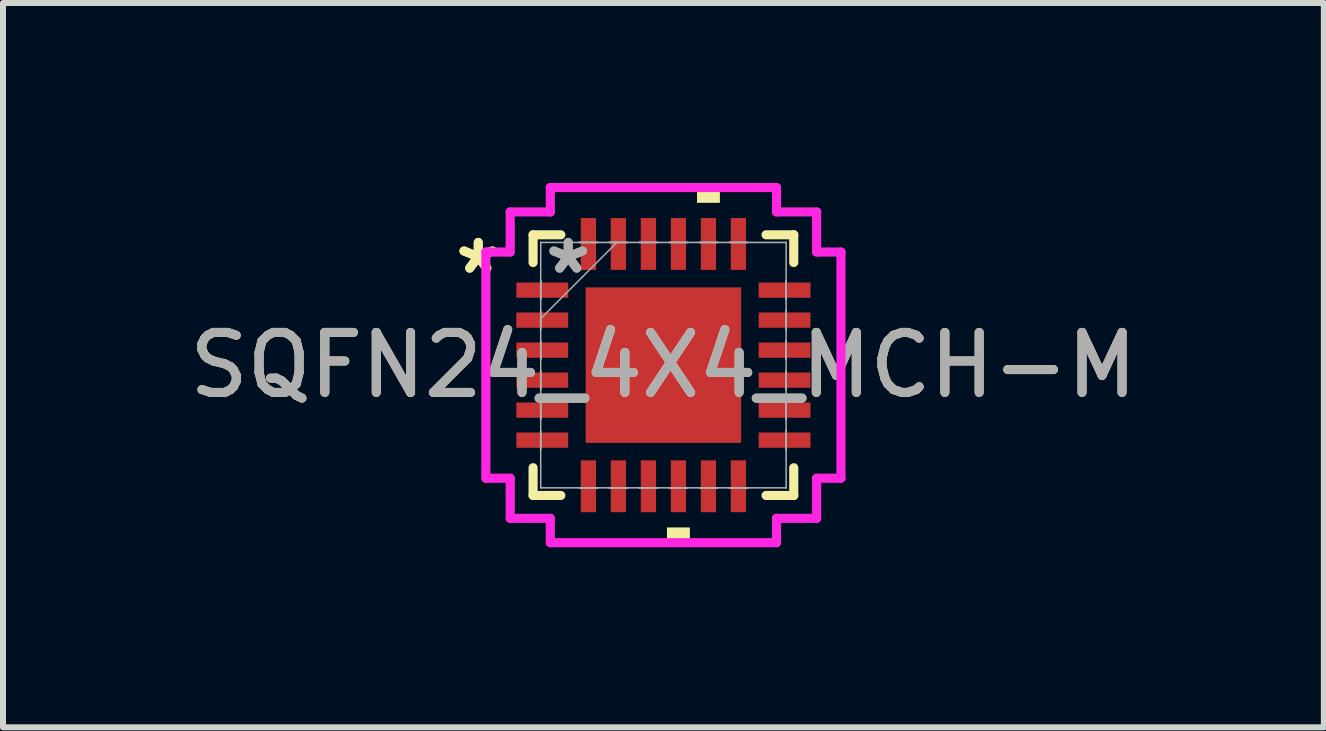
<source format=kicad_pcb>
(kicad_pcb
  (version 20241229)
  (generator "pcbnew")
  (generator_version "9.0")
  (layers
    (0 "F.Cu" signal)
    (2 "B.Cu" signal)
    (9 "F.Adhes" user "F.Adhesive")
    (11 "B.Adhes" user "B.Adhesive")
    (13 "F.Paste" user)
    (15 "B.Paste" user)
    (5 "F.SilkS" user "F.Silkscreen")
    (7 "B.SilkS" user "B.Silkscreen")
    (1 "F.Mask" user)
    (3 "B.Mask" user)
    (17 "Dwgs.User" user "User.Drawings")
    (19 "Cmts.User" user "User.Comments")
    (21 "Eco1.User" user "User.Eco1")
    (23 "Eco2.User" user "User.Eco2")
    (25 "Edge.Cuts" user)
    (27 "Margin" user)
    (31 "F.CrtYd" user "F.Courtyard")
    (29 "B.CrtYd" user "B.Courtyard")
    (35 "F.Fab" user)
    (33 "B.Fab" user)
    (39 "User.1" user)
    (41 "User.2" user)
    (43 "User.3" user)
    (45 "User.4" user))
  (footprint "SQFN24_4X4_MCH-M"
    (layer "F.Cu")
    (at 8.006 3.035)
    (property "Reference" "SQFN24_4X4_MCH-M" (at 0 0 0) (unlocked yes) (layer "F.SilkS") (effects (font (size 1 1) (thickness 0.15))))
    (attr smd)
    (fp_line (start -2.172 -2.172) (end -2.172 -1.71) (stroke (width 0.152) (type solid)) (layer "F.SilkS"))
    (fp_line (start -2.172 1.71) (end -2.172 2.172) (stroke (width 0.152) (type solid)) (layer "F.SilkS"))
    (fp_line (start -2.172 2.172) (end -1.71 2.172) (stroke (width 0.152) (type solid)) (layer "F.SilkS"))
    (fp_line (start -1.71 -2.172) (end -2.172 -2.172) (stroke (width 0.152) (type solid)) (layer "F.SilkS"))
    (fp_line (start 1.71 2.172) (end 2.172 2.172) (stroke (width 0.152) (type solid)) (layer "F.SilkS"))
    (fp_line (start 2.172 -2.172) (end 1.71 -2.172) (stroke (width 0.152) (type solid)) (layer "F.SilkS"))
    (fp_line (start 2.172 -1.71) (end 2.172 -2.172) (stroke (width 0.152) (type solid)) (layer "F.SilkS"))
    (fp_line (start 2.172 2.172) (end 2.172 1.71) (stroke (width 0.152) (type solid)) (layer "F.SilkS"))
    (fp_poly (pts (xy 0.059 2.705) (xy 0.059 2.959) (xy 0.441 2.959) (xy 0.441 2.705)) (stroke (width 0) (type solid)) (fill yes) (layer "F.SilkS"))
    (fp_poly (pts (xy 0.56 -2.705) (xy 0.56 -2.959) (xy 0.941 -2.959) (xy 0.941 -2.705)) (stroke (width 0) (type solid)) (fill yes) (layer "F.SilkS"))
    (fp_poly (pts (xy -1.195 -1.195) (xy -1.195 -0.1) (xy -0.1 -0.1) (xy -0.1 -1.195)) (stroke (width 0) (type solid)) (fill yes) (layer "F.Paste"))
    (fp_poly (pts (xy -1.195 0.1) (xy -1.195 1.195) (xy -0.1 1.195) (xy -0.1 0.1)) (stroke (width 0) (type solid)) (fill yes) (layer "F.Paste"))
    (fp_poly (pts (xy 0.1 -1.195) (xy 0.1 -0.1) (xy 1.195 -0.1) (xy 1.195 -1.195)) (stroke (width 0) (type solid)) (fill yes) (layer "F.Paste"))
    (fp_poly (pts (xy 0.1 0.1) (xy 0.1 1.195) (xy 1.195 1.195) (xy 1.195 0.1)) (stroke (width 0) (type solid)) (fill yes) (layer "F.Paste"))
    (fp_line (start -2.959 -1.885) (end -2.553 -1.885) (stroke (width 0.152) (type solid)) (layer "F.CrtYd"))
    (fp_line (start -2.959 1.885) (end -2.959 -1.885) (stroke (width 0.152) (type solid)) (layer "F.CrtYd"))
    (fp_line (start -2.553 -2.553) (end -1.885 -2.553) (stroke (width 0.152) (type solid)) (layer "F.CrtYd"))
    (fp_line (start -2.553 -1.885) (end -2.553 -2.553) (stroke (width 0.152) (type solid)) (layer "F.CrtYd"))
    (fp_line (start -2.553 1.885) (end -2.959 1.885) (stroke (width 0.152) (type solid)) (layer "F.CrtYd"))
    (fp_line (start -2.553 2.553) (end -2.553 1.885) (stroke (width 0.152) (type solid)) (layer "F.CrtYd"))
    (fp_line (start -1.885 -2.959) (end 1.885 -2.959) (stroke (width 0.152) (type solid)) (layer "F.CrtYd"))
    (fp_line (start -1.885 -2.553) (end -1.885 -2.959) (stroke (width 0.152) (type solid)) (layer "F.CrtYd"))
    (fp_line (start -1.885 2.553) (end -2.553 2.553) (stroke (width 0.152) (type solid)) (layer "F.CrtYd"))
    (fp_line (start -1.885 2.959) (end -1.885 2.553) (stroke (width 0.152) (type solid)) (layer "F.CrtYd"))
    (fp_line (start 1.885 -2.959) (end 1.885 -2.553) (stroke (width 0.152) (type solid)) (layer "F.CrtYd"))
    (fp_line (start 1.885 -2.553) (end 2.553 -2.553) (stroke (width 0.152) (type solid)) (layer "F.CrtYd"))
    (fp_line (start 1.885 2.553) (end 1.885 2.959) (stroke (width 0.152) (type solid)) (layer "F.CrtYd"))
    (fp_line (start 1.885 2.959) (end -1.885 2.959) (stroke (width 0.152) (type solid)) (layer "F.CrtYd"))
    (fp_line (start 2.553 -2.553) (end 2.553 -1.885) (stroke (width 0.152) (type solid)) (layer "F.CrtYd"))
    (fp_line (start 2.553 -1.885) (end 2.959 -1.885) (stroke (width 0.152) (type solid)) (layer "F.CrtYd"))
    (fp_line (start 2.553 1.885) (end 2.553 2.553) (stroke (width 0.152) (type solid)) (layer "F.CrtYd"))
    (fp_line (start 2.553 2.553) (end 1.885 2.553) (stroke (width 0.152) (type solid)) (layer "F.CrtYd"))
    (fp_line (start 2.959 -1.885) (end 2.959 1.885) (stroke (width 0.152) (type solid)) (layer "F.CrtYd"))
    (fp_line (start 2.959 1.885) (end 2.553 1.885) (stroke (width 0.152) (type solid)) (layer "F.CrtYd"))
    (fp_line (start -2.045 -2.045) (end -2.045 -2.045) (stroke (width 0.025) (type solid)) (layer "F.Fab"))
    (fp_line (start -2.045 -2.045) (end -2.045 2.045) (stroke (width 0.025) (type solid)) (layer "F.Fab"))
    (fp_line (start -2.045 -1.402) (end -2.045 -1.402) (stroke (width 0.025) (type solid)) (layer "F.Fab"))
    (fp_line (start -2.045 -1.402) (end -2.045 -1.098) (stroke (width 0.025) (type solid)) (layer "F.Fab"))
    (fp_line (start -2.045 -1.098) (end -2.045 -1.402) (stroke (width 0.025) (type solid)) (layer "F.Fab"))
    (fp_line (start -2.045 -1.098) (end -2.045 -1.098) (stroke (width 0.025) (type solid)) (layer "F.Fab"))
    (fp_line (start -2.045 -0.902) (end -2.045 -0.902) (stroke (width 0.025) (type solid)) (layer "F.Fab"))
    (fp_line (start -2.045 -0.902) (end -2.045 -0.598) (stroke (width 0.025) (type solid)) (layer "F.Fab"))
    (fp_line (start -2.045 -0.775) (end -0.775 -2.045) (stroke (width 0.025) (type solid)) (layer "F.Fab"))
    (fp_line (start -2.045 -0.598) (end -2.045 -0.902) (stroke (width 0.025) (type solid)) (layer "F.Fab"))
    (fp_line (start -2.045 -0.598) (end -2.045 -0.598) (stroke (width 0.025) (type solid)) (layer "F.Fab"))
    (fp_line (start -2.045 -0.402) (end -2.045 -0.402) (stroke (width 0.025) (type solid)) (layer "F.Fab"))
    (fp_line (start -2.045 -0.402) (end -2.045 -0.098) (stroke (width 0.025) (type solid)) (layer "F.Fab"))
    (fp_line (start -2.045 -0.098) (end -2.045 -0.402) (stroke (width 0.025) (type solid)) (layer "F.Fab"))
    (fp_line (start -2.045 -0.098) (end -2.045 -0.098) (stroke (width 0.025) (type solid)) (layer "F.Fab"))
    (fp_line (start -2.045 0.098) (end -2.045 0.098) (stroke (width 0.025) (type solid)) (layer "F.Fab"))
    (fp_line (start -2.045 0.098) (end -2.045 0.402) (stroke (width 0.025) (type solid)) (layer "F.Fab"))
    (fp_line (start -2.045 0.402) (end -2.045 0.098) (stroke (width 0.025) (type solid)) (layer "F.Fab"))
    (fp_line (start -2.045 0.402) (end -2.045 0.402) (stroke (width 0.025) (type solid)) (layer "F.Fab"))
    (fp_line (start -2.045 0.598) (end -2.045 0.598) (stroke (width 0.025) (type solid)) (layer "F.Fab"))
    (fp_line (start -2.045 0.598) (end -2.045 0.902) (stroke (width 0.025) (type solid)) (layer "F.Fab"))
    (fp_line (start -2.045 0.902) (end -2.045 0.598) (stroke (width 0.025) (type solid)) (layer "F.Fab"))
    (fp_line (start -2.045 0.902) (end -2.045 0.902) (stroke (width 0.025) (type solid)) (layer "F.Fab"))
    (fp_line (start -2.045 1.098) (end -2.045 1.098) (stroke (width 0.025) (type solid)) (layer "F.Fab"))
    (fp_line (start -2.045 1.098) (end -2.045 1.402) (stroke (width 0.025) (type solid)) (layer "F.Fab"))
    (fp_line (start -2.045 1.402) (end -2.045 1.098) (stroke (width 0.025) (type solid)) (layer "F.Fab"))
    (fp_line (start -2.045 1.402) (end -2.045 1.402) (stroke (width 0.025) (type solid)) (layer "F.Fab"))
    (fp_line (start -2.045 2.045) (end -2.045 2.045) (stroke (width 0.025) (type solid)) (layer "F.Fab"))
    (fp_line (start -2.045 2.045) (end 2.045 2.045) (stroke (width 0.025) (type solid)) (layer "F.Fab"))
    (fp_line (start -1.402 -2.045) (end -1.402 -2.045) (stroke (width 0.025) (type solid)) (layer "F.Fab"))
    (fp_line (start -1.402 -2.045) (end -1.098 -2.045) (stroke (width 0.025) (type solid)) (layer "F.Fab"))
    (fp_line (start -1.402 2.045) (end -1.402 2.045) (stroke (width 0.025) (type solid)) (layer "F.Fab"))
    (fp_line (start -1.402 2.045) (end -1.098 2.045) (stroke (width 0.025) (type solid)) (layer "F.Fab"))
    (fp_line (start -1.098 -2.045) (end -1.402 -2.045) (stroke (width 0.025) (type solid)) (layer "F.Fab"))
    (fp_line (start -1.098 -2.045) (end -1.098 -2.045) (stroke (width 0.025) (type solid)) (layer "F.Fab"))
    (fp_line (start -1.098 2.045) (end -1.402 2.045) (stroke (width 0.025) (type solid)) (layer "F.Fab"))
    (fp_line (start -1.098 2.045) (end -1.098 2.045) (stroke (width 0.025) (type solid)) (layer "F.Fab"))
    (fp_line (start -0.902 -2.045) (end -0.902 -2.045) (stroke (width 0.025) (type solid)) (layer "F.Fab"))
    (fp_line (start -0.902 -2.045) (end -0.598 -2.045) (stroke (width 0.025) (type solid)) (layer "F.Fab"))
    (fp_line (start -0.902 2.045) (end -0.902 2.045) (stroke (width 0.025) (type solid)) (layer "F.Fab"))
    (fp_line (start -0.902 2.045) (end -0.598 2.045) (stroke (width 0.025) (type solid)) (layer "F.Fab"))
    (fp_line (start -0.598 -2.045) (end -0.902 -2.045) (stroke (width 0.025) (type solid)) (layer "F.Fab"))
    (fp_line (start -0.598 -2.045) (end -0.598 -2.045) (stroke (width 0.025) (type solid)) (layer "F.Fab"))
    (fp_line (start -0.598 2.045) (end -0.902 2.045) (stroke (width 0.025) (type solid)) (layer "F.Fab"))
    (fp_line (start -0.598 2.045) (end -0.598 2.045) (stroke (width 0.025) (type solid)) (layer "F.Fab"))
    (fp_line (start -0.402 -2.045) (end -0.402 -2.045) (stroke (width 0.025) (type solid)) (layer "F.Fab"))
    (fp_line (start -0.402 -2.045) (end -0.098 -2.045) (stroke (width 0.025) (type solid)) (layer "F.Fab"))
    (fp_line (start -0.402 2.045) (end -0.402 2.045) (stroke (width 0.025) (type solid)) (layer "F.Fab"))
    (fp_line (start -0.402 2.045) (end -0.098 2.045) (stroke (width 0.025) (type solid)) (layer "F.Fab"))
    (fp_line (start -0.098 -2.045) (end -0.402 -2.045) (stroke (width 0.025) (type solid)) (layer "F.Fab"))
    (fp_line (start -0.098 -2.045) (end -0.098 -2.045) (stroke (width 0.025) (type solid)) (layer "F.Fab"))
    (fp_line (start -0.098 2.045) (end -0.402 2.045) (stroke (width 0.025) (type solid)) (layer "F.Fab"))
    (fp_line (start -0.098 2.045) (end -0.098 2.045) (stroke (width 0.025) (type solid)) (layer "F.Fab"))
    (fp_line (start 0.098 -2.045) (end 0.098 -2.045) (stroke (width 0.025) (type solid)) (layer "F.Fab"))
    (fp_line (start 0.098 -2.045) (end 0.402 -2.045) (stroke (width 0.025) (type solid)) (layer "F.Fab"))
    (fp_line (start 0.098 2.045) (end 0.098 2.045) (stroke (width 0.025) (type solid)) (layer "F.Fab"))
    (fp_line (start 0.098 2.045) (end 0.402 2.045) (stroke (width 0.025) (type solid)) (layer "F.Fab"))
    (fp_line (start 0.402 -2.045) (end 0.098 -2.045) (stroke (width 0.025) (type solid)) (layer "F.Fab"))
    (fp_line (start 0.402 -2.045) (end 0.402 -2.045) (stroke (width 0.025) (type solid)) (layer "F.Fab"))
    (fp_line (start 0.402 2.045) (end 0.098 2.045) (stroke (width 0.025) (type solid)) (layer "F.Fab"))
    (fp_line (start 0.402 2.045) (end 0.402 2.045) (stroke (width 0.025) (type solid)) (layer "F.Fab"))
    (fp_line (start 0.598 -2.045) (end 0.598 -2.045) (stroke (width 0.025) (type solid)) (layer "F.Fab"))
    (fp_line (start 0.598 -2.045) (end 0.902 -2.045) (stroke (width 0.025) (type solid)) (layer "F.Fab"))
    (fp_line (start 0.598 2.045) (end 0.598 2.045) (stroke (width 0.025) (type solid)) (layer "F.Fab"))
    (fp_line (start 0.598 2.045) (end 0.902 2.045) (stroke (width 0.025) (type solid)) (layer "F.Fab"))
    (fp_line (start 0.902 -2.045) (end 0.598 -2.045) (stroke (width 0.025) (type solid)) (layer "F.Fab"))
    (fp_line (start 0.902 -2.045) (end 0.902 -2.045) (stroke (width 0.025) (type solid)) (layer "F.Fab"))
    (fp_line (start 0.902 2.045) (end 0.598 2.045) (stroke (width 0.025) (type solid)) (layer "F.Fab"))
    (fp_line (start 0.902 2.045) (end 0.902 2.045) (stroke (width 0.025) (type solid)) (layer "F.Fab"))
    (fp_line (start 1.098 -2.045) (end 1.098 -2.045) (stroke (width 0.025) (type solid)) (layer "F.Fab"))
    (fp_line (start 1.098 -2.045) (end 1.402 -2.045) (stroke (width 0.025) (type solid)) (layer "F.Fab"))
    (fp_line (start 1.098 2.045) (end 1.098 2.045) (stroke (width 0.025) (type solid)) (layer "F.Fab"))
    (fp_line (start 1.098 2.045) (end 1.402 2.045) (stroke (width 0.025) (type solid)) (layer "F.Fab"))
    (fp_line (start 1.402 -2.045) (end 1.098 -2.045) (stroke (width 0.025) (type solid)) (layer "F.Fab"))
    (fp_line (start 1.402 -2.045) (end 1.402 -2.045) (stroke (width 0.025) (type solid)) (layer "F.Fab"))
    (fp_line (start 1.402 2.045) (end 1.098 2.045) (stroke (width 0.025) (type solid)) (layer "F.Fab"))
    (fp_line (start 1.402 2.045) (end 1.402 2.045) (stroke (width 0.025) (type solid)) (layer "F.Fab"))
    (fp_line (start 2.045 -2.045) (end -2.045 -2.045) (stroke (width 0.025) (type solid)) (layer "F.Fab"))
    (fp_line (start 2.045 -2.045) (end 2.045 -2.045) (stroke (width 0.025) (type solid)) (layer "F.Fab"))
    (fp_line (start 2.045 -1.402) (end 2.045 -1.402) (stroke (width 0.025) (type solid)) (layer "F.Fab"))
    (fp_line (start 2.045 -1.402) (end 2.045 -1.098) (stroke (width 0.025) (type solid)) (layer "F.Fab"))
    (fp_line (start 2.045 -1.098) (end 2.045 -1.402) (stroke (width 0.025) (type solid)) (layer "F.Fab"))
    (fp_line (start 2.045 -1.098) (end 2.045 -1.098) (stroke (width 0.025) (type solid)) (layer "F.Fab"))
    (fp_line (start 2.045 -0.902) (end 2.045 -0.902) (stroke (width 0.025) (type solid)) (layer "F.Fab"))
    (fp_line (start 2.045 -0.902) (end 2.045 -0.598) (stroke (width 0.025) (type solid)) (layer "F.Fab"))
    (fp_line (start 2.045 -0.598) (end 2.045 -0.902) (stroke (width 0.025) (type solid)) (layer "F.Fab"))
    (fp_line (start 2.045 -0.598) (end 2.045 -0.598) (stroke (width 0.025) (type solid)) (layer "F.Fab"))
    (fp_line (start 2.045 -0.402) (end 2.045 -0.402) (stroke (width 0.025) (type solid)) (layer "F.Fab"))
    (fp_line (start 2.045 -0.402) (end 2.045 -0.098) (stroke (width 0.025) (type solid)) (layer "F.Fab"))
    (fp_line (start 2.045 -0.098) (end 2.045 -0.402) (stroke (width 0.025) (type solid)) (layer "F.Fab"))
    (fp_line (start 2.045 -0.098) (end 2.045 -0.098) (stroke (width 0.025) (type solid)) (layer "F.Fab"))
    (fp_line (start 2.045 0.098) (end 2.045 0.098) (stroke (width 0.025) (type solid)) (layer "F.Fab"))
    (fp_line (start 2.045 0.098) (end 2.045 0.402) (stroke (width 0.025) (type solid)) (layer "F.Fab"))
    (fp_line (start 2.045 0.402) (end 2.045 0.098) (stroke (width 0.025) (type solid)) (layer "F.Fab"))
    (fp_line (start 2.045 0.402) (end 2.045 0.402) (stroke (width 0.025) (type solid)) (layer "F.Fab"))
    (fp_line (start 2.045 0.598) (end 2.045 0.598) (stroke (width 0.025) (type solid)) (layer "F.Fab"))
    (fp_line (start 2.045 0.598) (end 2.045 0.902) (stroke (width 0.025) (type solid)) (layer "F.Fab"))
    (fp_line (start 2.045 0.902) (end 2.045 0.598) (stroke (width 0.025) (type solid)) (layer "F.Fab"))
    (fp_line (start 2.045 0.902) (end 2.045 0.902) (stroke (width 0.025) (type solid)) (layer "F.Fab"))
    (fp_line (start 2.045 1.098) (end 2.045 1.098) (stroke (width 0.025) (type solid)) (layer "F.Fab"))
    (fp_line (start 2.045 1.098) (end 2.045 1.402) (stroke (width 0.025) (type solid)) (layer "F.Fab"))
    (fp_line (start 2.045 1.402) (end 2.045 1.098) (stroke (width 0.025) (type solid)) (layer "F.Fab"))
    (fp_line (start 2.045 1.402) (end 2.045 1.402) (stroke (width 0.025) (type solid)) (layer "F.Fab"))
    (fp_line (start 2.045 2.045) (end 2.045 -2.045) (stroke (width 0.025) (type solid)) (layer "F.Fab"))
    (fp_line (start 2.045 2.045) (end 2.045 2.045) (stroke (width 0.025) (type solid)) (layer "F.Fab"))
    (fp_text user "*" (at -3.086 -1.5 0) (unlocked yes) (layer "F.SilkS") (effects (font (size 1 1) (thickness 0.15))))
    (fp_text user "*" (at -3.086 -1.5 0) (layer "F.SilkS") (effects (font (size 1 1) (thickness 0.15))))
    (fp_text user "*" (at -1.587 -1.5 0) (unlocked yes) (layer "F.Fab") (effects (font (size 1 1) (thickness 0.15))))
    (fp_text user "*" (at -1.587 -1.5 0) (layer "F.Fab") (effects (font (size 1 1) (thickness 0.15))))
    (fp_text user "${REFERENCE}" (at 0 0 0) (unlocked yes) (layer "F.Fab") (effects (font (size 1 1) (thickness 0.15))))
    (pad "1" smd rect (at -2.019 -1.25 90) (size 0.254 0.864) (layers "F.Cu" "F.Mask" "F.Paste"))
    (pad "2" smd rect (at -2.019 -0.75 90) (size 0.254 0.864) (layers "F.Cu" "F.Mask" "F.Paste"))
    (pad "3" smd rect (at -2.019 -0.25 90) (size 0.254 0.864) (layers "F.Cu" "F.Mask" "F.Paste"))
    (pad "4" smd rect (at -2.019 0.25 90) (size 0.254 0.864) (layers "F.Cu" "F.Mask" "F.Paste"))
    (pad "5" smd rect (at -2.019 0.75 90) (size 0.254 0.864) (layers "F.Cu" "F.Mask" "F.Paste"))
    (pad "6" smd rect (at -2.019 1.25 90) (size 0.254 0.864) (layers "F.Cu" "F.Mask" "F.Paste"))
    (pad "7" smd rect (at -1.25 2.019) (size 0.254 0.864) (layers "F.Cu" "F.Mask" "F.Paste"))
    (pad "8" smd rect (at -0.75 2.019) (size 0.254 0.864) (layers "F.Cu" "F.Mask" "F.Paste"))
    (pad "9" smd rect (at -0.25 2.019) (size 0.254 0.864) (layers "F.Cu" "F.Mask" "F.Paste"))
    (pad "10" smd rect (at 0.25 2.019) (size 0.254 0.864) (layers "F.Cu" "F.Mask" "F.Paste"))
    (pad "11" smd rect (at 0.75 2.019) (size 0.254 0.864) (layers "F.Cu" "F.Mask" "F.Paste"))
    (pad "12" smd rect (at 1.25 2.019) (size 0.254 0.864) (layers "F.Cu" "F.Mask" "F.Paste"))
    (pad "13" smd rect (at 2.019 1.25 90) (size 0.254 0.864) (layers "F.Cu" "F.Mask" "F.Paste"))
    (pad "14" smd rect (at 2.019 0.75 90) (size 0.254 0.864) (layers "F.Cu" "F.Mask" "F.Paste"))
    (pad "15" smd rect (at 2.019 0.25 90) (size 0.254 0.864) (layers "F.Cu" "F.Mask" "F.Paste"))
    (pad "16" smd rect (at 2.019 -0.25 90) (size 0.254 0.864) (layers "F.Cu" "F.Mask" "F.Paste"))
    (pad "17" smd rect (at 2.019 -0.75 90) (size 0.254 0.864) (layers "F.Cu" "F.Mask" "F.Paste"))
    (pad "18" smd rect (at 2.019 -1.25 90) (size 0.254 0.864) (layers "F.Cu" "F.Mask" "F.Paste"))
    (pad "19" smd rect (at 1.25 -2.019) (size 0.254 0.864) (layers "F.Cu" "F.Mask" "F.Paste"))
    (pad "20" smd rect (at 0.75 -2.019) (size 0.254 0.864) (layers "F.Cu" "F.Mask" "F.Paste"))
    (pad "21" smd rect (at 0.25 -2.019) (size 0.254 0.864) (layers "F.Cu" "F.Mask" "F.Paste"))
    (pad "22" smd rect (at -0.25 -2.019) (size 0.254 0.864) (layers "F.Cu" "F.Mask" "F.Paste"))
    (pad "23" smd rect (at -0.75 -2.019) (size 0.254 0.864) (layers "F.Cu" "F.Mask" "F.Paste"))
    (pad "24" smd rect (at -1.25 -2.019) (size 0.254 0.864) (layers "F.Cu" "F.Mask" "F.Paste"))
    (pad "25" smd rect (at 0 0) (size 2.591 2.591) (layers "F.Cu" "F.Mask" "F.Paste")))
  (gr_rect
    (start -3 -3)
    (end 19.012 9.071)
    (stroke (width 0.1) (type default))
    (fill no)
    (layer "Edge.Cuts")))
</source>
